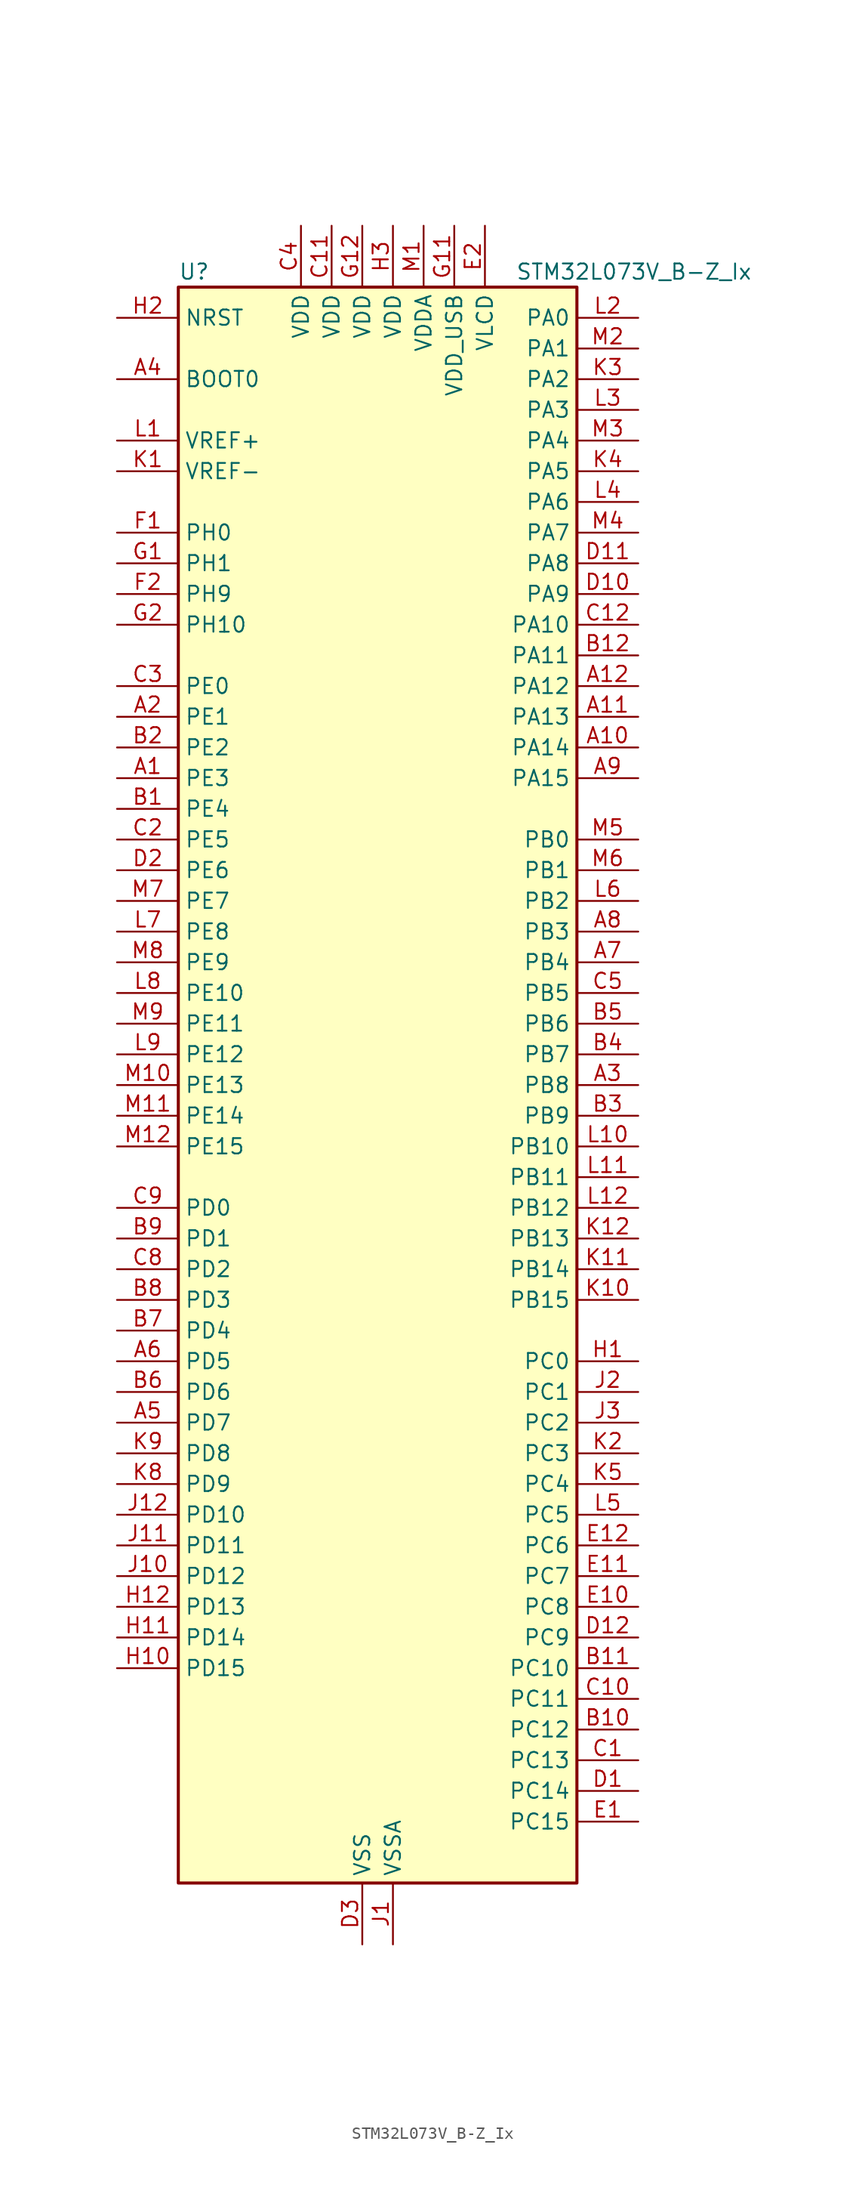
<source format=kicad_sym>
(kicad_symbol_lib
  (version 20220914)
  (generator kicad_symbol_editor)
  (symbol "STM32L073V_B-Z_Ix"
    (property "Reference" "U"
      (at -15.24 67.31 0)
      (effects (font (size 1.27 1.27)) (justify left)))
    (property "Value" "STM32L073V_B-Z_Ix"
      (at 12.7 67.31 0)
      (effects (font (size 1.27 1.27)) (justify left)))
    (property "ki_locked" ""
      (at 0 0 0)
      (effects (font (size 1.27 1.27))))
    (symbol "STM32L073V_B-Z_Ix_0_1"
      (rectangle (start -15.24 -66.04) (end 17.78 66.04) (stroke (width 0.254) (type default)) (fill (type background))))
    (symbol "STM32L073V_B-Z_Ix_1_1"
      (pin bidirectional line (at -20.32 25.4 0) (length 5.08) (name "PE3" (effects (font (size 1.27 1.27)))) (number "A1" (effects (font (size 1.27 1.27)))) (alternate "LCD_SEG39" bidirectional line) (alternate "TIM22_CH1" bidirectional line) (alternate "TIM3_CH1" bidirectional line))
      (pin bidirectional line (at 22.86 27.94 180) (length 5.08) (name "PA14" (effects (font (size 1.27 1.27)))) (number "A10" (effects (font (size 1.27 1.27)))) (alternate "LPUART1_TX" bidirectional line) (alternate "SYS_SWCLK" bidirectional line) (alternate "USART2_TX" bidirectional line))
      (pin bidirectional line (at 22.86 30.48 180) (length 5.08) (name "PA13" (effects (font (size 1.27 1.27)))) (number "A11" (effects (font (size 1.27 1.27)))) (alternate "LPUART1_RX" bidirectional line) (alternate "SYS_SWDIO" bidirectional line) (alternate "USB_NOE" bidirectional line))
      (pin bidirectional line (at 22.86 33.02 180) (length 5.08) (name "PA12" (effects (font (size 1.27 1.27)))) (number "A12" (effects (font (size 1.27 1.27)))) (alternate "COMP2_OUT" bidirectional line) (alternate "SPI1_MOSI" bidirectional line) (alternate "TSC_G4_IO4" bidirectional line) (alternate "USART1_DE" bidirectional line) (alternate "USART1_RTS" bidirectional line) (alternate "USB_DP" bidirectional line))
      (pin bidirectional line (at -20.32 30.48 0) (length 5.08) (name "PE1" (effects (font (size 1.27 1.27)))) (number "A2" (effects (font (size 1.27 1.27)))) (alternate "LCD_SEG37" bidirectional line))
      (pin bidirectional line (at 22.86 0 180) (length 5.08) (name "PB8" (effects (font (size 1.27 1.27)))) (number "A3" (effects (font (size 1.27 1.27)))) (alternate "I2C1_SCL" bidirectional line) (alternate "LCD_SEG16" bidirectional line) (alternate "TSC_SYNC" bidirectional line))
      (pin input line (at -20.32 58.42 0) (length 5.08) (name "BOOT0" (effects (font (size 1.27 1.27)))) (number "A4" (effects (font (size 1.27 1.27)))))
      (pin bidirectional line (at -20.32 -27.94 0) (length 5.08) (name "PD7" (effects (font (size 1.27 1.27)))) (number "A5" (effects (font (size 1.27 1.27)))) (alternate "TIM21_CH2" bidirectional line) (alternate "USART2_CK" bidirectional line))
      (pin bidirectional line (at -20.32 -22.86 0) (length 5.08) (name "PD5" (effects (font (size 1.27 1.27)))) (number "A6" (effects (font (size 1.27 1.27)))) (alternate "USART2_TX" bidirectional line))
      (pin bidirectional line (at 22.86 10.16 180) (length 5.08) (name "PB4" (effects (font (size 1.27 1.27)))) (number "A7" (effects (font (size 1.27 1.27)))) (alternate "COMP2_INP" bidirectional line) (alternate "I2C3_SDA" bidirectional line) (alternate "LCD_SEG8" bidirectional line) (alternate "SPI1_MISO" bidirectional line) (alternate "TIM22_CH1" bidirectional line) (alternate "TIM3_CH1" bidirectional line) (alternate "TSC_G5_IO2" bidirectional line) (alternate "USART1_CTS" bidirectional line) (alternate "USART5_RX" bidirectional line))
      (pin bidirectional line (at 22.86 12.7 180) (length 5.08) (name "PB3" (effects (font (size 1.27 1.27)))) (number "A8" (effects (font (size 1.27 1.27)))) (alternate "COMP2_INM" bidirectional line) (alternate "LCD_SEG7" bidirectional line) (alternate "SPI1_SCK" bidirectional line) (alternate "TIM2_CH2" bidirectional line) (alternate "TSC_G5_IO1" bidirectional line) (alternate "USART1_DE" bidirectional line) (alternate "USART1_RTS" bidirectional line) (alternate "USART5_TX" bidirectional line))
      (pin bidirectional line (at 22.86 25.4 180) (length 5.08) (name "PA15" (effects (font (size 1.27 1.27)))) (number "A9" (effects (font (size 1.27 1.27)))) (alternate "LCD_SEG17" bidirectional line) (alternate "SPI1_NSS" bidirectional line) (alternate "TIM2_CH1" bidirectional line) (alternate "TIM2_ETR" bidirectional line) (alternate "USART2_RX" bidirectional line) (alternate "USART4_DE" bidirectional line) (alternate "USART4_RTS" bidirectional line))
      (pin bidirectional line (at -20.32 22.86 0) (length 5.08) (name "PE4" (effects (font (size 1.27 1.27)))) (number "B1" (effects (font (size 1.27 1.27)))) (alternate "TIM22_CH2" bidirectional line) (alternate "TIM3_CH2" bidirectional line))
      (pin bidirectional line (at 22.86 -53.34 180) (length 5.08) (name "PC12" (effects (font (size 1.27 1.27)))) (number "B10" (effects (font (size 1.27 1.27)))) (alternate "LCD_COM6" bidirectional line) (alternate "LCD_SEG30" bidirectional line) (alternate "LCD_SEG50" bidirectional line) (alternate "USART4_CK" bidirectional line) (alternate "USART5_TX" bidirectional line))
      (pin bidirectional line (at 22.86 -48.26 180) (length 5.08) (name "PC10" (effects (font (size 1.27 1.27)))) (number "B11" (effects (font (size 1.27 1.27)))) (alternate "LCD_COM4" bidirectional line) (alternate "LCD_SEG28" bidirectional line) (alternate "LCD_SEG48" bidirectional line) (alternate "LPUART1_TX" bidirectional line) (alternate "USART4_TX" bidirectional line))
      (pin bidirectional line (at 22.86 35.56 180) (length 5.08) (name "PA11" (effects (font (size 1.27 1.27)))) (number "B12" (effects (font (size 1.27 1.27)))) (alternate "ADC_EXTI11" bidirectional line) (alternate "COMP1_OUT" bidirectional line) (alternate "SPI1_MISO" bidirectional line) (alternate "TSC_G4_IO3" bidirectional line) (alternate "USART1_CTS" bidirectional line) (alternate "USB_DM" bidirectional line))
      (pin bidirectional line (at -20.32 27.94 0) (length 5.08) (name "PE2" (effects (font (size 1.27 1.27)))) (number "B2" (effects (font (size 1.27 1.27)))) (alternate "LCD_SEG38" bidirectional line) (alternate "TIM3_ETR" bidirectional line))
      (pin bidirectional line (at 22.86 -2.54 180) (length 5.08) (name "PB9" (effects (font (size 1.27 1.27)))) (number "B3" (effects (font (size 1.27 1.27)))) (alternate "DAC_EXTI9" bidirectional line) (alternate "I2C1_SDA" bidirectional line) (alternate "I2S2_WS" bidirectional line) (alternate "LCD_COM3" bidirectional line) (alternate "SPI2_NSS" bidirectional line))
      (pin bidirectional line (at 22.86 2.54 180) (length 5.08) (name "PB7" (effects (font (size 1.27 1.27)))) (number "B4" (effects (font (size 1.27 1.27)))) (alternate "COMP2_INP" bidirectional line) (alternate "I2C1_SDA" bidirectional line) (alternate "LPTIM1_IN2" bidirectional line) (alternate "SYS_PVD_IN" bidirectional line) (alternate "TSC_G5_IO4" bidirectional line) (alternate "USART1_RX" bidirectional line) (alternate "USART4_CTS" bidirectional line))
      (pin bidirectional line (at 22.86 5.08 180) (length 5.08) (name "PB6" (effects (font (size 1.27 1.27)))) (number "B5" (effects (font (size 1.27 1.27)))) (alternate "COMP2_INP" bidirectional line) (alternate "I2C1_SCL" bidirectional line) (alternate "LPTIM1_ETR" bidirectional line) (alternate "TSC_G5_IO3" bidirectional line) (alternate "USART1_TX" bidirectional line))
      (pin bidirectional line (at -20.32 -25.4 0) (length 5.08) (name "PD6" (effects (font (size 1.27 1.27)))) (number "B6" (effects (font (size 1.27 1.27)))) (alternate "USART2_RX" bidirectional line))
      (pin bidirectional line (at -20.32 -20.32 0) (length 5.08) (name "PD4" (effects (font (size 1.27 1.27)))) (number "B7" (effects (font (size 1.27 1.27)))) (alternate "I2S2_SD" bidirectional line) (alternate "SPI2_MOSI" bidirectional line) (alternate "USART2_DE" bidirectional line) (alternate "USART2_RTS" bidirectional line))
      (pin bidirectional line (at -20.32 -17.78 0) (length 5.08) (name "PD3" (effects (font (size 1.27 1.27)))) (number "B8" (effects (font (size 1.27 1.27)))) (alternate "I2S2_MCK" bidirectional line) (alternate "LCD_SEG44" bidirectional line) (alternate "SPI2_MISO" bidirectional line) (alternate "USART2_CTS" bidirectional line))
      (pin bidirectional line (at -20.32 -12.7 0) (length 5.08) (name "PD1" (effects (font (size 1.27 1.27)))) (number "B9" (effects (font (size 1.27 1.27)))) (alternate "I2S2_CK" bidirectional line) (alternate "SPI2_SCK" bidirectional line))
      (pin bidirectional line (at 22.86 -55.88 180) (length 5.08) (name "PC13" (effects (font (size 1.27 1.27)))) (number "C1" (effects (font (size 1.27 1.27)))) (alternate "RTC_OUT_ALARM" bidirectional line) (alternate "RTC_OUT_CALIB" bidirectional line) (alternate "RTC_TAMP1" bidirectional line) (alternate "RTC_TS" bidirectional line) (alternate "SYS_WKUP2" bidirectional line))
      (pin bidirectional line (at 22.86 -50.8 180) (length 5.08) (name "PC11" (effects (font (size 1.27 1.27)))) (number "C10" (effects (font (size 1.27 1.27)))) (alternate "ADC_EXTI11" bidirectional line) (alternate "LCD_COM5" bidirectional line) (alternate "LCD_SEG29" bidirectional line) (alternate "LCD_SEG49" bidirectional line) (alternate "LPUART1_RX" bidirectional line) (alternate "USART4_RX" bidirectional line))
      (pin power_in line (at -2.54 71.12 270) (length 5.08) (name "VDD" (effects (font (size 1.27 1.27)))) (number "C11" (effects (font (size 1.27 1.27)))))
      (pin bidirectional line (at 22.86 38.1 180) (length 5.08) (name "PA10" (effects (font (size 1.27 1.27)))) (number "C12" (effects (font (size 1.27 1.27)))) (alternate "I2C1_SDA" bidirectional line) (alternate "LCD_COM2" bidirectional line) (alternate "TSC_G4_IO2" bidirectional line) (alternate "USART1_RX" bidirectional line))
      (pin bidirectional line (at -20.32 20.32 0) (length 5.08) (name "PE5" (effects (font (size 1.27 1.27)))) (number "C2" (effects (font (size 1.27 1.27)))) (alternate "TIM21_CH1" bidirectional line) (alternate "TIM3_CH3" bidirectional line))
      (pin bidirectional line (at -20.32 33.02 0) (length 5.08) (name "PE0" (effects (font (size 1.27 1.27)))) (number "C3" (effects (font (size 1.27 1.27)))) (alternate "LCD_SEG36" bidirectional line))
      (pin power_in line (at -5.08 71.12 270) (length 5.08) (name "VDD" (effects (font (size 1.27 1.27)))) (number "C4" (effects (font (size 1.27 1.27)))))
      (pin bidirectional line (at 22.86 7.62 180) (length 5.08) (name "PB5" (effects (font (size 1.27 1.27)))) (number "C5" (effects (font (size 1.27 1.27)))) (alternate "COMP2_INP" bidirectional line) (alternate "I2C1_SMBA" bidirectional line) (alternate "LCD_SEG9" bidirectional line) (alternate "LPTIM1_IN1" bidirectional line) (alternate "SPI1_MOSI" bidirectional line) (alternate "TIM22_CH2" bidirectional line) (alternate "TIM3_CH2" bidirectional line) (alternate "USART1_CK" bidirectional line) (alternate "USART5_CK" bidirectional line) (alternate "USART5_DE" bidirectional line) (alternate "USART5_RTS" bidirectional line))
      (pin bidirectional line (at -20.32 -15.24 0) (length 5.08) (name "PD2" (effects (font (size 1.27 1.27)))) (number "C8" (effects (font (size 1.27 1.27)))) (alternate "LCD_COM7" bidirectional line) (alternate "LCD_SEG31" bidirectional line) (alternate "LCD_SEG51" bidirectional line) (alternate "LPUART1_DE" bidirectional line) (alternate "LPUART1_RTS" bidirectional line) (alternate "TIM3_ETR" bidirectional line) (alternate "USART5_RX" bidirectional line))
      (pin bidirectional line (at -20.32 -10.16 0) (length 5.08) (name "PD0" (effects (font (size 1.27 1.27)))) (number "C9" (effects (font (size 1.27 1.27)))) (alternate "I2S2_WS" bidirectional line) (alternate "SPI2_NSS" bidirectional line) (alternate "TIM21_CH1" bidirectional line))
      (pin bidirectional line (at 22.86 -58.42 180) (length 5.08) (name "PC14" (effects (font (size 1.27 1.27)))) (number "D1" (effects (font (size 1.27 1.27)))) (alternate "RCC_OSC32_IN" bidirectional line))
      (pin bidirectional line (at 22.86 40.64 180) (length 5.08) (name "PA9" (effects (font (size 1.27 1.27)))) (number "D10" (effects (font (size 1.27 1.27)))) (alternate "DAC_EXTI9" bidirectional line) (alternate "I2C1_SCL" bidirectional line) (alternate "I2C3_SMBA" bidirectional line) (alternate "LCD_COM1" bidirectional line) (alternate "RCC_MCO" bidirectional line) (alternate "TSC_G4_IO1" bidirectional line) (alternate "USART1_TX" bidirectional line))
      (pin bidirectional line (at 22.86 43.18 180) (length 5.08) (name "PA8" (effects (font (size 1.27 1.27)))) (number "D11" (effects (font (size 1.27 1.27)))) (alternate "CRS_SYNC" bidirectional line) (alternate "I2C3_SCL" bidirectional line) (alternate "LCD_COM0" bidirectional line) (alternate "RCC_MCO" bidirectional line) (alternate "USART1_CK" bidirectional line))
      (pin bidirectional line (at 22.86 -45.72 180) (length 5.08) (name "PC9" (effects (font (size 1.27 1.27)))) (number "D12" (effects (font (size 1.27 1.27)))) (alternate "DAC_EXTI9" bidirectional line) (alternate "I2C3_SDA" bidirectional line) (alternate "LCD_SEG27" bidirectional line) (alternate "TIM21_ETR" bidirectional line) (alternate "TIM3_CH4" bidirectional line) (alternate "TSC_G8_IO4" bidirectional line) (alternate "USB_NOE" bidirectional line))
      (pin bidirectional line (at -20.32 17.78 0) (length 5.08) (name "PE6" (effects (font (size 1.27 1.27)))) (number "D2" (effects (font (size 1.27 1.27)))) (alternate "RTC_TAMP3" bidirectional line) (alternate "SYS_WKUP3" bidirectional line) (alternate "TIM21_CH2" bidirectional line) (alternate "TIM3_CH4" bidirectional line))
      (pin power_in line (at 0 -71.12 90) (length 5.08) (name "VSS" (effects (font (size 1.27 1.27)))) (number "D3" (effects (font (size 1.27 1.27)))))
      (pin bidirectional line (at 22.86 -60.96 180) (length 5.08) (name "PC15" (effects (font (size 1.27 1.27)))) (number "E1" (effects (font (size 1.27 1.27)))) (alternate "RCC_OSC32_OUT" bidirectional line))
      (pin bidirectional line (at 22.86 -43.18 180) (length 5.08) (name "PC8" (effects (font (size 1.27 1.27)))) (number "E10" (effects (font (size 1.27 1.27)))) (alternate "LCD_SEG26" bidirectional line) (alternate "TIM22_ETR" bidirectional line) (alternate "TIM3_CH3" bidirectional line) (alternate "TSC_G8_IO3" bidirectional line))
      (pin bidirectional line (at 22.86 -40.64 180) (length 5.08) (name "PC7" (effects (font (size 1.27 1.27)))) (number "E11" (effects (font (size 1.27 1.27)))) (alternate "LCD_SEG25" bidirectional line) (alternate "TIM22_CH2" bidirectional line) (alternate "TIM3_CH2" bidirectional line) (alternate "TSC_G8_IO2" bidirectional line))
      (pin bidirectional line (at 22.86 -38.1 180) (length 5.08) (name "PC6" (effects (font (size 1.27 1.27)))) (number "E12" (effects (font (size 1.27 1.27)))) (alternate "LCD_SEG24" bidirectional line) (alternate "TIM22_CH1" bidirectional line) (alternate "TIM3_CH1" bidirectional line) (alternate "TSC_G8_IO1" bidirectional line))
      (pin power_in line (at 10.16 71.12 270) (length 5.08) (name "VLCD" (effects (font (size 1.27 1.27)))) (number "E2" (effects (font (size 1.27 1.27)))))
      (pin passive line (at 0 -71.12 90) (length 5.08) hide (name "VSS" (effects (font (size 1.27 1.27)))) (number "E3" (effects (font (size 1.27 1.27)))))
      (pin bidirectional line (at -20.32 45.72 0) (length 5.08) (name "PH0" (effects (font (size 1.27 1.27)))) (number "F1" (effects (font (size 1.27 1.27)))) (alternate "CRS_SYNC" bidirectional line) (alternate "RCC_OSC_IN" bidirectional line))
      (pin passive line (at 0 -71.12 90) (length 5.08) hide (name "VSS" (effects (font (size 1.27 1.27)))) (number "F11" (effects (font (size 1.27 1.27)))))
      (pin passive line (at 0 -71.12 90) (length 5.08) hide (name "VSS" (effects (font (size 1.27 1.27)))) (number "F12" (effects (font (size 1.27 1.27)))))
      (pin bidirectional line (at -20.32 40.64 0) (length 5.08) (name "PH9" (effects (font (size 1.27 1.27)))) (number "F2" (effects (font (size 1.27 1.27)))) (alternate "DAC_EXTI9" bidirectional line))
      (pin bidirectional line (at -20.32 43.18 0) (length 5.08) (name "PH1" (effects (font (size 1.27 1.27)))) (number "G1" (effects (font (size 1.27 1.27)))) (alternate "RCC_OSC_OUT" bidirectional line))
      (pin power_in line (at 7.62 71.12 270) (length 5.08) (name "VDD_USB" (effects (font (size 1.27 1.27)))) (number "G11" (effects (font (size 1.27 1.27)))))
      (pin power_in line (at 0 71.12 270) (length 5.08) (name "VDD" (effects (font (size 1.27 1.27)))) (number "G12" (effects (font (size 1.27 1.27)))))
      (pin bidirectional line (at -20.32 38.1 0) (length 5.08) (name "PH10" (effects (font (size 1.27 1.27)))) (number "G2" (effects (font (size 1.27 1.27)))))
      (pin bidirectional line (at 22.86 -22.86 180) (length 5.08) (name "PC0" (effects (font (size 1.27 1.27)))) (number "H1" (effects (font (size 1.27 1.27)))) (alternate "ADC_IN10" bidirectional line) (alternate "I2C3_SCL" bidirectional line) (alternate "LCD_SEG18" bidirectional line) (alternate "LPTIM1_IN1" bidirectional line) (alternate "LPUART1_RX" bidirectional line) (alternate "TSC_G7_IO1" bidirectional line))
      (pin bidirectional line (at -20.32 -48.26 0) (length 5.08) (name "PD15" (effects (font (size 1.27 1.27)))) (number "H10" (effects (font (size 1.27 1.27)))) (alternate "CRS_SYNC" bidirectional line) (alternate "LCD_SEG35" bidirectional line))
      (pin bidirectional line (at -20.32 -45.72 0) (length 5.08) (name "PD14" (effects (font (size 1.27 1.27)))) (number "H11" (effects (font (size 1.27 1.27)))) (alternate "LCD_SEG34" bidirectional line))
      (pin bidirectional line (at -20.32 -43.18 0) (length 5.08) (name "PD13" (effects (font (size 1.27 1.27)))) (number "H12" (effects (font (size 1.27 1.27)))) (alternate "LCD_SEG33" bidirectional line))
      (pin input line (at -20.32 63.5 0) (length 5.08) (name "NRST" (effects (font (size 1.27 1.27)))) (number "H2" (effects (font (size 1.27 1.27)))))
      (pin power_in line (at 2.54 71.12 270) (length 5.08) (name "VDD" (effects (font (size 1.27 1.27)))) (number "H3" (effects (font (size 1.27 1.27)))))
      (pin power_in line (at 2.54 -71.12 90) (length 5.08) (name "VSSA" (effects (font (size 1.27 1.27)))) (number "J1" (effects (font (size 1.27 1.27)))))
      (pin bidirectional line (at -20.32 -40.64 0) (length 5.08) (name "PD12" (effects (font (size 1.27 1.27)))) (number "J10" (effects (font (size 1.27 1.27)))) (alternate "LCD_SEG32" bidirectional line) (alternate "LPUART1_DE" bidirectional line) (alternate "LPUART1_RTS" bidirectional line))
      (pin bidirectional line (at -20.32 -38.1 0) (length 5.08) (name "PD11" (effects (font (size 1.27 1.27)))) (number "J11" (effects (font (size 1.27 1.27)))) (alternate "ADC_EXTI11" bidirectional line) (alternate "LCD_SEG31" bidirectional line) (alternate "LPUART1_CTS" bidirectional line))
      (pin bidirectional line (at -20.32 -35.56 0) (length 5.08) (name "PD10" (effects (font (size 1.27 1.27)))) (number "J12" (effects (font (size 1.27 1.27)))) (alternate "LCD_SEG30" bidirectional line))
      (pin bidirectional line (at 22.86 -25.4 180) (length 5.08) (name "PC1" (effects (font (size 1.27 1.27)))) (number "J2" (effects (font (size 1.27 1.27)))) (alternate "ADC_IN11" bidirectional line) (alternate "I2C3_SDA" bidirectional line) (alternate "LCD_SEG19" bidirectional line) (alternate "LPTIM1_OUT" bidirectional line) (alternate "LPUART1_TX" bidirectional line) (alternate "TSC_G7_IO2" bidirectional line))
      (pin bidirectional line (at 22.86 -27.94 180) (length 5.08) (name "PC2" (effects (font (size 1.27 1.27)))) (number "J3" (effects (font (size 1.27 1.27)))) (alternate "ADC_IN12" bidirectional line) (alternate "I2S2_MCK" bidirectional line) (alternate "LCD_SEG20" bidirectional line) (alternate "LPTIM1_IN2" bidirectional line) (alternate "SPI2_MISO" bidirectional line) (alternate "TSC_G7_IO3" bidirectional line))
      (pin input line (at -20.32 50.8 0) (length 5.08) (name "VREF-" (effects (font (size 1.27 1.27)))) (number "K1" (effects (font (size 1.27 1.27)))))
      (pin bidirectional line (at 22.86 -17.78 180) (length 5.08) (name "PB15" (effects (font (size 1.27 1.27)))) (number "K10" (effects (font (size 1.27 1.27)))) (alternate "I2S2_SD" bidirectional line) (alternate "LCD_SEG15" bidirectional line) (alternate "RTC_REFIN" bidirectional line) (alternate "SPI2_MOSI" bidirectional line))
      (pin bidirectional line (at 22.86 -15.24 180) (length 5.08) (name "PB14" (effects (font (size 1.27 1.27)))) (number "K11" (effects (font (size 1.27 1.27)))) (alternate "I2C2_SDA" bidirectional line) (alternate "I2S2_MCK" bidirectional line) (alternate "LCD_SEG14" bidirectional line) (alternate "LPUART1_DE" bidirectional line) (alternate "LPUART1_RTS" bidirectional line) (alternate "RTC_OUT_ALARM" bidirectional line) (alternate "RTC_OUT_CALIB" bidirectional line) (alternate "SPI2_MISO" bidirectional line) (alternate "TIM21_CH2" bidirectional line) (alternate "TSC_G6_IO4" bidirectional line))
      (pin bidirectional line (at 22.86 -12.7 180) (length 5.08) (name "PB13" (effects (font (size 1.27 1.27)))) (number "K12" (effects (font (size 1.27 1.27)))) (alternate "I2C2_SCL" bidirectional line) (alternate "I2S2_CK" bidirectional line) (alternate "LCD_SEG13" bidirectional line) (alternate "LPUART1_CTS" bidirectional line) (alternate "RCC_MCO" bidirectional line) (alternate "SPI2_SCK" bidirectional line) (alternate "TIM21_CH1" bidirectional line) (alternate "TSC_G6_IO3" bidirectional line))
      (pin bidirectional line (at 22.86 -30.48 180) (length 5.08) (name "PC3" (effects (font (size 1.27 1.27)))) (number "K2" (effects (font (size 1.27 1.27)))) (alternate "ADC_IN13" bidirectional line) (alternate "I2S2_SD" bidirectional line) (alternate "LCD_SEG21" bidirectional line) (alternate "LPTIM1_ETR" bidirectional line) (alternate "SPI2_MOSI" bidirectional line) (alternate "TSC_G7_IO4" bidirectional line))
      (pin bidirectional line (at 22.86 58.42 180) (length 5.08) (name "PA2" (effects (font (size 1.27 1.27)))) (number "K3" (effects (font (size 1.27 1.27)))) (alternate "ADC_IN2" bidirectional line) (alternate "COMP2_INM" bidirectional line) (alternate "COMP2_OUT" bidirectional line) (alternate "LCD_SEG1" bidirectional line) (alternate "LPUART1_TX" bidirectional line) (alternate "TIM21_CH1" bidirectional line) (alternate "TIM2_CH3" bidirectional line) (alternate "TSC_G1_IO3" bidirectional line) (alternate "USART2_TX" bidirectional line))
      (pin bidirectional line (at 22.86 50.8 180) (length 5.08) (name "PA5" (effects (font (size 1.27 1.27)))) (number "K4" (effects (font (size 1.27 1.27)))) (alternate "ADC_IN5" bidirectional line) (alternate "COMP1_INM" bidirectional line) (alternate "COMP2_INM" bidirectional line) (alternate "DAC_OUT2" bidirectional line) (alternate "SPI1_SCK" bidirectional line) (alternate "TIM2_CH1" bidirectional line) (alternate "TIM2_ETR" bidirectional line) (alternate "TSC_G2_IO2" bidirectional line))
      (pin bidirectional line (at 22.86 -33.02 180) (length 5.08) (name "PC4" (effects (font (size 1.27 1.27)))) (number "K5" (effects (font (size 1.27 1.27)))) (alternate "ADC_IN14" bidirectional line) (alternate "LCD_SEG22" bidirectional line) (alternate "LPUART1_TX" bidirectional line))
      (pin bidirectional line (at -20.32 -33.02 0) (length 5.08) (name "PD9" (effects (font (size 1.27 1.27)))) (number "K8" (effects (font (size 1.27 1.27)))) (alternate "DAC_EXTI9" bidirectional line) (alternate "LCD_SEG29" bidirectional line) (alternate "LPUART1_RX" bidirectional line))
      (pin bidirectional line (at -20.32 -30.48 0) (length 5.08) (name "PD8" (effects (font (size 1.27 1.27)))) (number "K9" (effects (font (size 1.27 1.27)))) (alternate "LCD_SEG28" bidirectional line) (alternate "LPUART1_TX" bidirectional line))
      (pin input line (at -20.32 53.34 0) (length 5.08) (name "VREF+" (effects (font (size 1.27 1.27)))) (number "L1" (effects (font (size 1.27 1.27)))))
      (pin bidirectional line (at 22.86 -5.08 180) (length 5.08) (name "PB10" (effects (font (size 1.27 1.27)))) (number "L10" (effects (font (size 1.27 1.27)))) (alternate "I2C2_SCL" bidirectional line) (alternate "LCD_SEG10" bidirectional line) (alternate "LPUART1_RX" bidirectional line) (alternate "LPUART1_TX" bidirectional line) (alternate "SPI2_SCK" bidirectional line) (alternate "TIM2_CH3" bidirectional line) (alternate "TSC_SYNC" bidirectional line))
      (pin bidirectional line (at 22.86 -7.62 180) (length 5.08) (name "PB11" (effects (font (size 1.27 1.27)))) (number "L11" (effects (font (size 1.27 1.27)))) (alternate "ADC_EXTI11" bidirectional line) (alternate "I2C2_SDA" bidirectional line) (alternate "LCD_SEG11" bidirectional line) (alternate "LPUART1_RX" bidirectional line) (alternate "LPUART1_TX" bidirectional line) (alternate "TIM2_CH4" bidirectional line) (alternate "TSC_G6_IO1" bidirectional line))
      (pin bidirectional line (at 22.86 -10.16 180) (length 5.08) (name "PB12" (effects (font (size 1.27 1.27)))) (number "L12" (effects (font (size 1.27 1.27)))) (alternate "I2S2_WS" bidirectional line) (alternate "LCD_SEG12" bidirectional line) (alternate "LCD_VLCD2" bidirectional line) (alternate "LPUART1_DE" bidirectional line) (alternate "LPUART1_RTS" bidirectional line) (alternate "SPI2_NSS" bidirectional line) (alternate "TSC_G6_IO2" bidirectional line))
      (pin bidirectional line (at 22.86 63.5 180) (length 5.08) (name "PA0" (effects (font (size 1.27 1.27)))) (number "L2" (effects (font (size 1.27 1.27)))) (alternate "ADC_IN0" bidirectional line) (alternate "COMP1_INM" bidirectional line) (alternate "COMP1_OUT" bidirectional line) (alternate "RTC_TAMP2" bidirectional line) (alternate "SYS_WKUP1" bidirectional line) (alternate "TIM2_CH1" bidirectional line) (alternate "TIM2_ETR" bidirectional line) (alternate "TSC_G1_IO1" bidirectional line) (alternate "USART2_CTS" bidirectional line) (alternate "USART4_TX" bidirectional line))
      (pin bidirectional line (at 22.86 55.88 180) (length 5.08) (name "PA3" (effects (font (size 1.27 1.27)))) (number "L3" (effects (font (size 1.27 1.27)))) (alternate "ADC_IN3" bidirectional line) (alternate "COMP2_INP" bidirectional line) (alternate "LCD_SEG2" bidirectional line) (alternate "LPUART1_RX" bidirectional line) (alternate "TIM21_CH2" bidirectional line) (alternate "TIM2_CH4" bidirectional line) (alternate "TSC_G1_IO4" bidirectional line) (alternate "USART2_RX" bidirectional line))
      (pin bidirectional line (at 22.86 48.26 180) (length 5.08) (name "PA6" (effects (font (size 1.27 1.27)))) (number "L4" (effects (font (size 1.27 1.27)))) (alternate "ADC_IN6" bidirectional line) (alternate "COMP1_OUT" bidirectional line) (alternate "LCD_SEG3" bidirectional line) (alternate "LPUART1_CTS" bidirectional line) (alternate "SPI1_MISO" bidirectional line) (alternate "TIM22_CH1" bidirectional line) (alternate "TIM3_CH1" bidirectional line) (alternate "TSC_G2_IO3" bidirectional line))
      (pin bidirectional line (at 22.86 -35.56 180) (length 5.08) (name "PC5" (effects (font (size 1.27 1.27)))) (number "L5" (effects (font (size 1.27 1.27)))) (alternate "ADC_IN15" bidirectional line) (alternate "LCD_SEG23" bidirectional line) (alternate "LPUART1_RX" bidirectional line) (alternate "TSC_G3_IO1" bidirectional line))
      (pin bidirectional line (at 22.86 15.24 180) (length 5.08) (name "PB2" (effects (font (size 1.27 1.27)))) (number "L6" (effects (font (size 1.27 1.27)))) (alternate "I2C3_SMBA" bidirectional line) (alternate "LCD_VLCD2" bidirectional line) (alternate "LPTIM1_OUT" bidirectional line) (alternate "TSC_G3_IO4" bidirectional line))
      (pin bidirectional line (at -20.32 12.7 0) (length 5.08) (name "PE8" (effects (font (size 1.27 1.27)))) (number "L7" (effects (font (size 1.27 1.27)))) (alternate "LCD_SEG46" bidirectional line) (alternate "USART4_TX" bidirectional line))
      (pin bidirectional line (at -20.32 7.62 0) (length 5.08) (name "PE10" (effects (font (size 1.27 1.27)))) (number "L8" (effects (font (size 1.27 1.27)))) (alternate "LCD_SEG40" bidirectional line) (alternate "TIM2_CH2" bidirectional line) (alternate "USART5_TX" bidirectional line))
      (pin bidirectional line (at -20.32 2.54 0) (length 5.08) (name "PE12" (effects (font (size 1.27 1.27)))) (number "L9" (effects (font (size 1.27 1.27)))) (alternate "LCD_VLCD3" bidirectional line) (alternate "SPI1_NSS" bidirectional line) (alternate "TIM2_CH4" bidirectional line))
      (pin power_in line (at 5.08 71.12 270) (length 5.08) (name "VDDA" (effects (font (size 1.27 1.27)))) (number "M1" (effects (font (size 1.27 1.27)))))
      (pin bidirectional line (at -20.32 0 0) (length 5.08) (name "PE13" (effects (font (size 1.27 1.27)))) (number "M10" (effects (font (size 1.27 1.27)))) (alternate "LCD_SEG41" bidirectional line) (alternate "SPI1_SCK" bidirectional line))
      (pin bidirectional line (at -20.32 -2.54 0) (length 5.08) (name "PE14" (effects (font (size 1.27 1.27)))) (number "M11" (effects (font (size 1.27 1.27)))) (alternate "LCD_SEG42" bidirectional line) (alternate "SPI1_MISO" bidirectional line))
      (pin bidirectional line (at -20.32 -5.08 0) (length 5.08) (name "PE15" (effects (font (size 1.27 1.27)))) (number "M12" (effects (font (size 1.27 1.27)))) (alternate "LCD_SEG43" bidirectional line) (alternate "SPI1_MOSI" bidirectional line))
      (pin bidirectional line (at 22.86 60.96 180) (length 5.08) (name "PA1" (effects (font (size 1.27 1.27)))) (number "M2" (effects (font (size 1.27 1.27)))) (alternate "ADC_IN1" bidirectional line) (alternate "COMP1_INP" bidirectional line) (alternate "LCD_SEG0" bidirectional line) (alternate "TIM21_ETR" bidirectional line) (alternate "TIM2_CH2" bidirectional line) (alternate "TSC_G1_IO2" bidirectional line) (alternate "USART2_DE" bidirectional line) (alternate "USART2_RTS" bidirectional line) (alternate "USART4_RX" bidirectional line))
      (pin bidirectional line (at 22.86 53.34 180) (length 5.08) (name "PA4" (effects (font (size 1.27 1.27)))) (number "M3" (effects (font (size 1.27 1.27)))) (alternate "ADC_IN4" bidirectional line) (alternate "COMP1_INM" bidirectional line) (alternate "COMP2_INM" bidirectional line) (alternate "DAC_OUT1" bidirectional line) (alternate "SPI1_NSS" bidirectional line) (alternate "TIM22_ETR" bidirectional line) (alternate "TSC_G2_IO1" bidirectional line) (alternate "USART2_CK" bidirectional line))
      (pin bidirectional line (at 22.86 45.72 180) (length 5.08) (name "PA7" (effects (font (size 1.27 1.27)))) (number "M4" (effects (font (size 1.27 1.27)))) (alternate "ADC_IN7" bidirectional line) (alternate "COMP2_OUT" bidirectional line) (alternate "LCD_SEG4" bidirectional line) (alternate "SPI1_MOSI" bidirectional line) (alternate "TIM22_CH2" bidirectional line) (alternate "TIM3_CH2" bidirectional line) (alternate "TSC_G2_IO4" bidirectional line))
      (pin bidirectional line (at 22.86 20.32 180) (length 5.08) (name "PB0" (effects (font (size 1.27 1.27)))) (number "M5" (effects (font (size 1.27 1.27)))) (alternate "ADC_IN8" bidirectional line) (alternate "LCD_SEG5" bidirectional line) (alternate "LCD_VLCD3" bidirectional line) (alternate "SYS_VREF_OUT_PB0" bidirectional line) (alternate "TIM3_CH3" bidirectional line) (alternate "TSC_G3_IO2" bidirectional line))
      (pin bidirectional line (at 22.86 17.78 180) (length 5.08) (name "PB1" (effects (font (size 1.27 1.27)))) (number "M6" (effects (font (size 1.27 1.27)))) (alternate "ADC_IN9" bidirectional line) (alternate "LCD_SEG6" bidirectional line) (alternate "LPUART1_DE" bidirectional line) (alternate "LPUART1_RTS" bidirectional line) (alternate "SYS_VREF_OUT_PB1" bidirectional line) (alternate "TIM3_CH4" bidirectional line) (alternate "TSC_G3_IO3" bidirectional line))
      (pin bidirectional line (at -20.32 15.24 0) (length 5.08) (name "PE7" (effects (font (size 1.27 1.27)))) (number "M7" (effects (font (size 1.27 1.27)))) (alternate "LCD_SEG45" bidirectional line) (alternate "USART5_CK" bidirectional line) (alternate "USART5_DE" bidirectional line) (alternate "USART5_RTS" bidirectional line))
      (pin bidirectional line (at -20.32 10.16 0) (length 5.08) (name "PE9" (effects (font (size 1.27 1.27)))) (number "M8" (effects (font (size 1.27 1.27)))) (alternate "DAC_EXTI9" bidirectional line) (alternate "LCD_SEG47" bidirectional line) (alternate "TIM2_CH1" bidirectional line) (alternate "TIM2_ETR" bidirectional line) (alternate "USART4_RX" bidirectional line))
      (pin bidirectional line (at -20.32 5.08 0) (length 5.08) (name "PE11" (effects (font (size 1.27 1.27)))) (number "M9" (effects (font (size 1.27 1.27)))) (alternate "ADC_EXTI11" bidirectional line) (alternate "LCD_VLCD1" bidirectional line) (alternate "TIM2_CH3" bidirectional line) (alternate "USART5_RX" bidirectional line)))))
</source>
